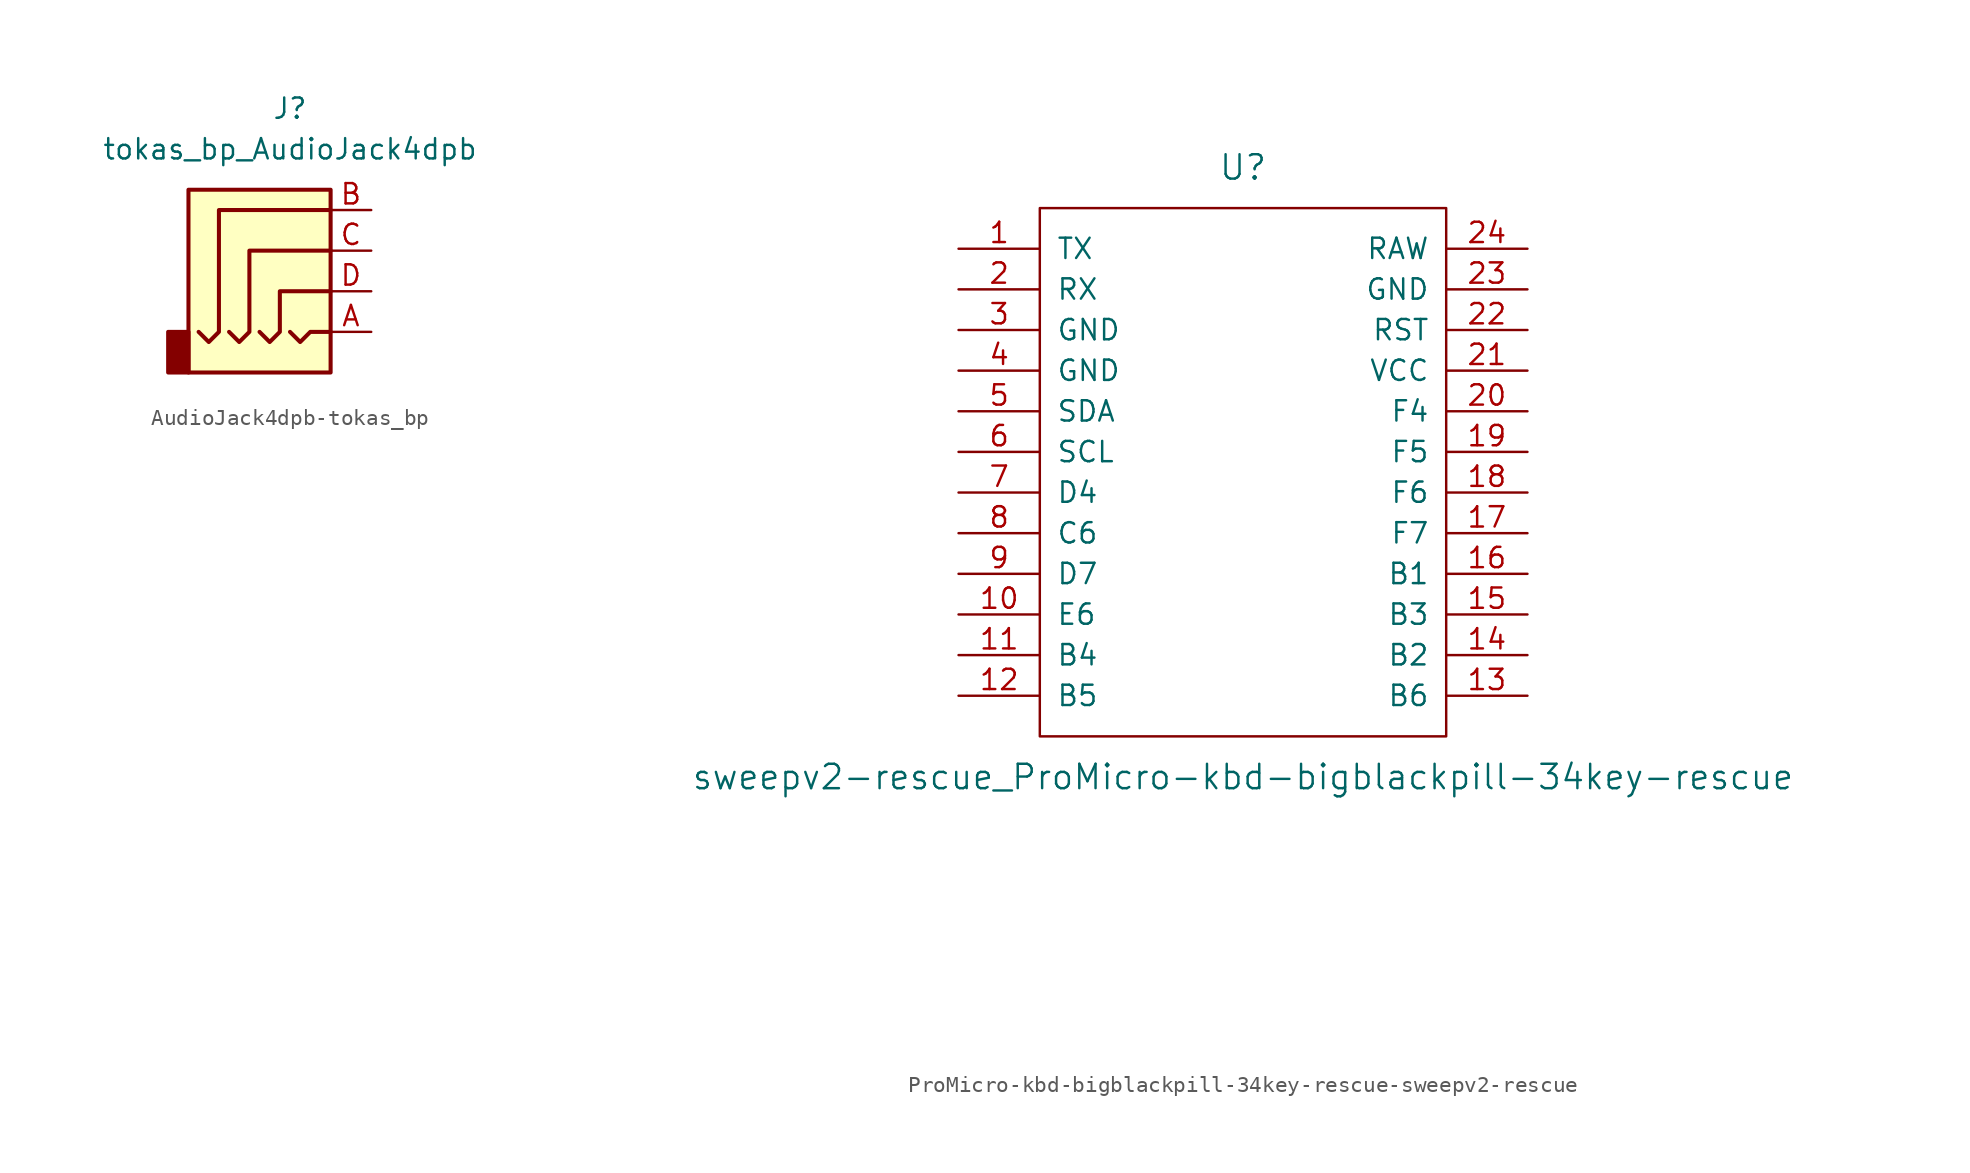
<source format=kicad_sym>
(kicad_symbol_lib
  (version 20220914)
  (generator kicad_symbol_editor)
  (symbol "AudioJack4dpb-tokas_bp"
    (property "Reference" "J"
      (at 0 8.89 0)
      (effects (font (size 1.27 1.27))))
    (property "Value" "tokas_bp_AudioJack4dpb"
      (at 0 6.35 0)
      (effects (font (size 1.27 1.27))))
    (symbol "AudioJack4dpb-tokas_bp_0_1"
      (rectangle (start -6.35 -5.08) (end -7.62 -7.62) (stroke (width 0.254) (type solid)) (fill (type outline)))
      (polyline (pts (xy 0 -5.08) (xy 0.635 -5.715) (xy 1.27 -5.08) (xy 2.54 -5.08)) (stroke (width 0.254) (type solid)) (fill (type none)))
      (polyline (pts (xy -5.715 -5.08) (xy -5.08 -5.715) (xy -4.445 -5.08) (xy -4.445 2.54) (xy 2.54 2.54)) (stroke (width 0.254) (type solid)) (fill (type none)))
      (polyline (pts (xy -1.905 -5.08) (xy -1.27 -5.715) (xy -0.635 -5.08) (xy -0.635 -2.54) (xy 2.54 -2.54)) (stroke (width 0.254) (type solid)) (fill (type none)))
      (polyline (pts (xy 2.54 0) (xy -2.54 0) (xy -2.54 -5.08) (xy -3.175 -5.715) (xy -3.81 -5.08)) (stroke (width 0.254) (type solid)) (fill (type none)))
      (rectangle (start 2.54 3.81) (end -6.35 -7.62) (stroke (width 0.254) (type solid)) (fill (type background))))
    (symbol "AudioJack4dpb-tokas_bp_1_1"
      (pin passive line (at 5.08 -5.08 180) (length 2.54) (name "~" (effects (font (size 1.27 1.27)))) (number "A" (effects (font (size 1.27 1.27)))))
      (pin passive line (at 5.08 2.54 180) (length 2.54) (name "~" (effects (font (size 1.27 1.27)))) (number "B" (effects (font (size 1.27 1.27)))))
      (pin passive line (at 5.08 0 180) (length 2.54) (name "~" (effects (font (size 1.27 1.27)))) (number "C" (effects (font (size 1.27 1.27)))))
      (pin passive line (at 5.08 -2.54 180) (length 2.54) (name "~" (effects (font (size 1.27 1.27)))) (number "D" (effects (font (size 1.27 1.27)))))))
  (symbol "ProMicro-kbd-bigblackpill-34key-rescue-sweepv2-rescue"
    (pin_names
      (offset 1.016))
    (property "Reference" "U"
      (at 0 24.13 0)
      (effects (font (size 1.524 1.524))))
    (property "Value" "sweepv2-rescue_ProMicro-kbd-bigblackpill-34key-rescue"
      (at 0 -13.97 0)
      (effects (font (size 1.524 1.524))))
    (property "Footprint" ""
      (at 2.54 -26.67 0)
      (effects (font (size 1.524 1.524))))
    (property "Datasheet" ""
      (at 2.54 -26.67 0)
      (effects (font (size 1.524 1.524))))
    (symbol "ProMicro-kbd-bigblackpill-34key-rescue-sweepv2-rescue_0_1"
      (rectangle (start -12.7 21.59) (end 12.7 -11.43) (stroke (width 0) (type solid)) (fill (type none))))
    (symbol "ProMicro-kbd-bigblackpill-34key-rescue-sweepv2-rescue_1_1"
      (pin bidirectional line (at -17.78 19.05 0) (length 5.08) (name "TX" (effects (font (size 1.27 1.27)))) (number "1" (effects (font (size 1.27 1.27)))))
      (pin bidirectional line (at -17.78 -3.81 0) (length 5.08) (name "E6" (effects (font (size 1.27 1.27)))) (number "10" (effects (font (size 1.27 1.27)))))
      (pin bidirectional line (at -17.78 -6.35 0) (length 5.08) (name "B4" (effects (font (size 1.27 1.27)))) (number "11" (effects (font (size 1.27 1.27)))))
      (pin bidirectional line (at -17.78 -8.89 0) (length 5.08) (name "B5" (effects (font (size 1.27 1.27)))) (number "12" (effects (font (size 1.27 1.27)))))
      (pin bidirectional line (at 17.78 -8.89 180) (length 5.08) (name "B6" (effects (font (size 1.27 1.27)))) (number "13" (effects (font (size 1.27 1.27)))))
      (pin bidirectional line (at 17.78 -6.35 180) (length 5.08) (name "B2" (effects (font (size 1.27 1.27)))) (number "14" (effects (font (size 1.27 1.27)))))
      (pin bidirectional line (at 17.78 -3.81 180) (length 5.08) (name "B3" (effects (font (size 1.27 1.27)))) (number "15" (effects (font (size 1.27 1.27)))))
      (pin bidirectional line (at 17.78 -1.27 180) (length 5.08) (name "B1" (effects (font (size 1.27 1.27)))) (number "16" (effects (font (size 1.27 1.27)))))
      (pin bidirectional line (at 17.78 1.27 180) (length 5.08) (name "F7" (effects (font (size 1.27 1.27)))) (number "17" (effects (font (size 1.27 1.27)))))
      (pin bidirectional line (at 17.78 3.81 180) (length 5.08) (name "F6" (effects (font (size 1.27 1.27)))) (number "18" (effects (font (size 1.27 1.27)))))
      (pin bidirectional line (at 17.78 6.35 180) (length 5.08) (name "F5" (effects (font (size 1.27 1.27)))) (number "19" (effects (font (size 1.27 1.27)))))
      (pin bidirectional line (at -17.78 16.51 0) (length 5.08) (name "RX" (effects (font (size 1.27 1.27)))) (number "2" (effects (font (size 1.27 1.27)))))
      (pin bidirectional line (at 17.78 8.89 180) (length 5.08) (name "F4" (effects (font (size 1.27 1.27)))) (number "20" (effects (font (size 1.27 1.27)))))
      (pin power_in line (at 17.78 11.43 180) (length 5.08) (name "VCC" (effects (font (size 1.27 1.27)))) (number "21" (effects (font (size 1.27 1.27)))))
      (pin input line (at 17.78 13.97 180) (length 5.08) (name "RST" (effects (font (size 1.27 1.27)))) (number "22" (effects (font (size 1.27 1.27)))))
      (pin power_in line (at 17.78 16.51 180) (length 5.08) (name "GND" (effects (font (size 1.27 1.27)))) (number "23" (effects (font (size 1.27 1.27)))))
      (pin power_out line (at 17.78 19.05 180) (length 5.08) (name "RAW" (effects (font (size 1.27 1.27)))) (number "24" (effects (font (size 1.27 1.27)))))
      (pin power_in line (at -17.78 13.97 0) (length 5.08) (name "GND" (effects (font (size 1.27 1.27)))) (number "3" (effects (font (size 1.27 1.27)))))
      (pin power_in line (at -17.78 11.43 0) (length 5.08) (name "GND" (effects (font (size 1.27 1.27)))) (number "4" (effects (font (size 1.27 1.27)))))
      (pin bidirectional line (at -17.78 8.89 0) (length 5.08) (name "SDA" (effects (font (size 1.27 1.27)))) (number "5" (effects (font (size 1.27 1.27)))))
      (pin bidirectional line (at -17.78 6.35 0) (length 5.08) (name "SCL" (effects (font (size 1.27 1.27)))) (number "6" (effects (font (size 1.27 1.27)))))
      (pin bidirectional line (at -17.78 3.81 0) (length 5.08) (name "D4" (effects (font (size 1.27 1.27)))) (number "7" (effects (font (size 1.27 1.27)))))
      (pin bidirectional line (at -17.78 1.27 0) (length 5.08) (name "C6" (effects (font (size 1.27 1.27)))) (number "8" (effects (font (size 1.27 1.27)))))
      (pin bidirectional line (at -17.78 -1.27 0) (length 5.08) (name "D7" (effects (font (size 1.27 1.27)))) (number "9" (effects (font (size 1.27 1.27))))))))
</source>
